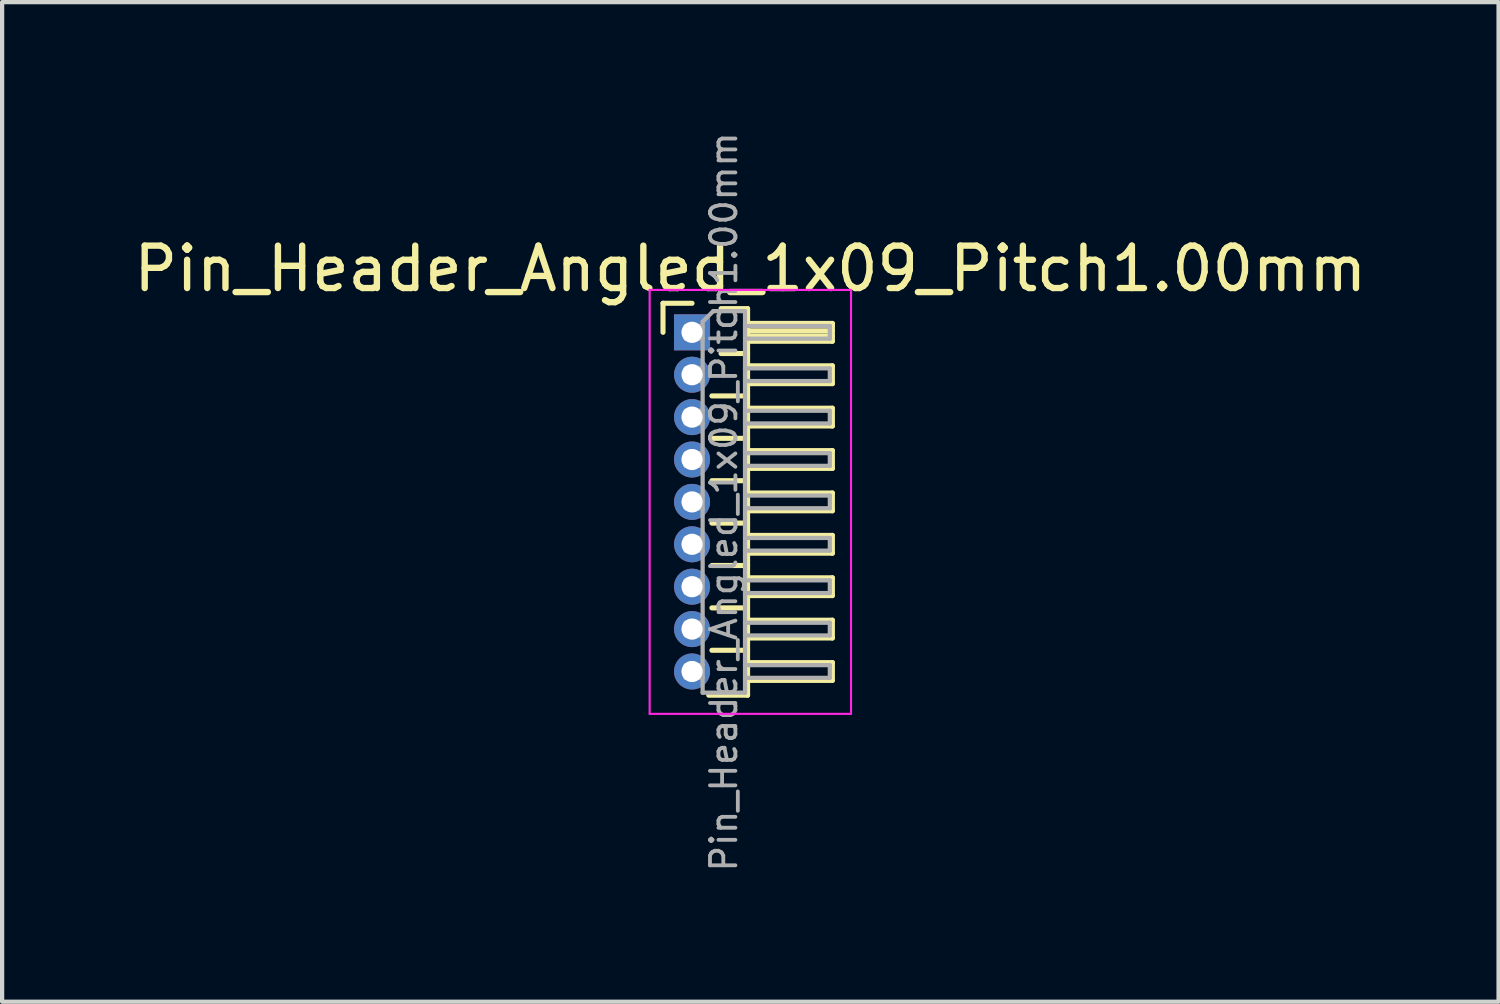
<source format=kicad_pcb>
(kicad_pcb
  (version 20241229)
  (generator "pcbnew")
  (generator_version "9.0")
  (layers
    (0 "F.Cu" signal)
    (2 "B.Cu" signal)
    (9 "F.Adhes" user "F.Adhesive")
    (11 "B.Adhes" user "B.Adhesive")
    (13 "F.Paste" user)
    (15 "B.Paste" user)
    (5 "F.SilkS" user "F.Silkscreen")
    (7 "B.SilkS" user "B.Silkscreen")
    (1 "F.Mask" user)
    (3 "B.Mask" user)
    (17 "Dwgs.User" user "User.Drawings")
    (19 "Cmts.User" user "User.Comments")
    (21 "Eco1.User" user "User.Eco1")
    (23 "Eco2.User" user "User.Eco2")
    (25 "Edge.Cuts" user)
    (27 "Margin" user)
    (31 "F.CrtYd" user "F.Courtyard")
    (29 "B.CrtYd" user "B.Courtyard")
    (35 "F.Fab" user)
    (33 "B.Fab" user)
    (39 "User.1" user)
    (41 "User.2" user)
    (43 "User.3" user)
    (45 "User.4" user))
  (footprint "Pin_Header_Angled_1x09_Pitch1.00mm"
    (layer "F.Cu")
    (at 13.274 4.789)
    (property "Reference" "Pin_Header_Angled_1x09_Pitch1.00mm" (at 1.375 -1.5 0) (layer "F.SilkS") (effects (font (size 1 1) (thickness 0.15))))
    (attr through_hole)
    (fp_line (start -0.685 -0.685) (end 0 -0.685) (stroke (width 0.12) (type solid)) (layer "F.SilkS"))
    (fp_line (start -0.685 0) (end -0.685 -0.685) (stroke (width 0.12) (type solid)) (layer "F.SilkS"))
    (fp_line (start 0.468 1.5) (end 1.31 1.5) (stroke (width 0.12) (type solid)) (layer "F.SilkS"))
    (fp_line (start 0.468 2.5) (end 1.31 2.5) (stroke (width 0.12) (type solid)) (layer "F.SilkS"))
    (fp_line (start 0.468 3.5) (end 1.31 3.5) (stroke (width 0.12) (type solid)) (layer "F.SilkS"))
    (fp_line (start 0.468 4.5) (end 1.31 4.5) (stroke (width 0.12) (type solid)) (layer "F.SilkS"))
    (fp_line (start 0.468 5.5) (end 1.31 5.5) (stroke (width 0.12) (type solid)) (layer "F.SilkS"))
    (fp_line (start 0.468 6.5) (end 1.31 6.5) (stroke (width 0.12) (type solid)) (layer "F.SilkS"))
    (fp_line (start 0.468 7.5) (end 1.31 7.5) (stroke (width 0.12) (type solid)) (layer "F.SilkS"))
    (fp_line (start 0.685 -0.56) (end 1.31 -0.56) (stroke (width 0.12) (type solid)) (layer "F.SilkS"))
    (fp_line (start 0.685 0.5) (end 1.31 0.5) (stroke (width 0.12) (type solid)) (layer "F.SilkS"))
    (fp_line (start 1.31 -0.56) (end 1.31 8.56) (stroke (width 0.12) (type solid)) (layer "F.SilkS"))
    (fp_line (start 1.31 -0.21) (end 3.31 -0.21) (stroke (width 0.12) (type solid)) (layer "F.SilkS"))
    (fp_line (start 1.31 -0.15) (end 3.31 -0.15) (stroke (width 0.12) (type solid)) (layer "F.SilkS"))
    (fp_line (start 1.31 -0.03) (end 3.31 -0.03) (stroke (width 0.12) (type solid)) (layer "F.SilkS"))
    (fp_line (start 1.31 0.09) (end 3.31 0.09) (stroke (width 0.12) (type solid)) (layer "F.SilkS"))
    (fp_line (start 1.31 0.79) (end 3.31 0.79) (stroke (width 0.12) (type solid)) (layer "F.SilkS"))
    (fp_line (start 1.31 1.79) (end 3.31 1.79) (stroke (width 0.12) (type solid)) (layer "F.SilkS"))
    (fp_line (start 1.31 2.79) (end 3.31 2.79) (stroke (width 0.12) (type solid)) (layer "F.SilkS"))
    (fp_line (start 1.31 3.79) (end 3.31 3.79) (stroke (width 0.12) (type solid)) (layer "F.SilkS"))
    (fp_line (start 1.31 4.79) (end 3.31 4.79) (stroke (width 0.12) (type solid)) (layer "F.SilkS"))
    (fp_line (start 1.31 5.79) (end 3.31 5.79) (stroke (width 0.12) (type solid)) (layer "F.SilkS"))
    (fp_line (start 1.31 6.79) (end 3.31 6.79) (stroke (width 0.12) (type solid)) (layer "F.SilkS"))
    (fp_line (start 1.31 7.79) (end 3.31 7.79) (stroke (width 0.12) (type solid)) (layer "F.SilkS"))
    (fp_line (start 1.31 8.56) (end 0.394 8.56) (stroke (width 0.12) (type solid)) (layer "F.SilkS"))
    (fp_line (start 3.31 -0.21) (end 3.31 0.21) (stroke (width 0.12) (type solid)) (layer "F.SilkS"))
    (fp_line (start 3.31 0.21) (end 1.31 0.21) (stroke (width 0.12) (type solid)) (layer "F.SilkS"))
    (fp_line (start 3.31 0.79) (end 3.31 1.21) (stroke (width 0.12) (type solid)) (layer "F.SilkS"))
    (fp_line (start 3.31 1.21) (end 1.31 1.21) (stroke (width 0.12) (type solid)) (layer "F.SilkS"))
    (fp_line (start 3.31 1.79) (end 3.31 2.21) (stroke (width 0.12) (type solid)) (layer "F.SilkS"))
    (fp_line (start 3.31 2.21) (end 1.31 2.21) (stroke (width 0.12) (type solid)) (layer "F.SilkS"))
    (fp_line (start 3.31 2.79) (end 3.31 3.21) (stroke (width 0.12) (type solid)) (layer "F.SilkS"))
    (fp_line (start 3.31 3.21) (end 1.31 3.21) (stroke (width 0.12) (type solid)) (layer "F.SilkS"))
    (fp_line (start 3.31 3.79) (end 3.31 4.21) (stroke (width 0.12) (type solid)) (layer "F.SilkS"))
    (fp_line (start 3.31 4.21) (end 1.31 4.21) (stroke (width 0.12) (type solid)) (layer "F.SilkS"))
    (fp_line (start 3.31 4.79) (end 3.31 5.21) (stroke (width 0.12) (type solid)) (layer "F.SilkS"))
    (fp_line (start 3.31 5.21) (end 1.31 5.21) (stroke (width 0.12) (type solid)) (layer "F.SilkS"))
    (fp_line (start 3.31 5.79) (end 3.31 6.21) (stroke (width 0.12) (type solid)) (layer "F.SilkS"))
    (fp_line (start 3.31 6.21) (end 1.31 6.21) (stroke (width 0.12) (type solid)) (layer "F.SilkS"))
    (fp_line (start 3.31 6.79) (end 3.31 7.21) (stroke (width 0.12) (type solid)) (layer "F.SilkS"))
    (fp_line (start 3.31 7.21) (end 1.31 7.21) (stroke (width 0.12) (type solid)) (layer "F.SilkS"))
    (fp_line (start 3.31 7.79) (end 3.31 8.21) (stroke (width 0.12) (type solid)) (layer "F.SilkS"))
    (fp_line (start 3.31 8.21) (end 1.31 8.21) (stroke (width 0.12) (type solid)) (layer "F.SilkS"))
    (fp_line (start -1 -1) (end -1 9) (stroke (width 0.05) (type solid)) (layer "F.CrtYd"))
    (fp_line (start -1 9) (end 3.75 9) (stroke (width 0.05) (type solid)) (layer "F.CrtYd"))
    (fp_line (start 3.75 -1) (end -1 -1) (stroke (width 0.05) (type solid)) (layer "F.CrtYd"))
    (fp_line (start 3.75 9) (end 3.75 -1) (stroke (width 0.05) (type solid)) (layer "F.CrtYd"))
    (fp_line (start -0.15 -0.15) (end -0.15 0.15) (stroke (width 0.1) (type solid)) (layer "F.Fab"))
    (fp_line (start -0.15 -0.15) (end 0.25 -0.15) (stroke (width 0.1) (type solid)) (layer "F.Fab"))
    (fp_line (start -0.15 0.15) (end 0.25 0.15) (stroke (width 0.1) (type solid)) (layer "F.Fab"))
    (fp_line (start -0.15 0.85) (end -0.15 1.15) (stroke (width 0.1) (type solid)) (layer "F.Fab"))
    (fp_line (start -0.15 0.85) (end 0.25 0.85) (stroke (width 0.1) (type solid)) (layer "F.Fab"))
    (fp_line (start -0.15 1.15) (end 0.25 1.15) (stroke (width 0.1) (type solid)) (layer "F.Fab"))
    (fp_line (start -0.15 1.85) (end -0.15 2.15) (stroke (width 0.1) (type solid)) (layer "F.Fab"))
    (fp_line (start -0.15 1.85) (end 0.25 1.85) (stroke (width 0.1) (type solid)) (layer "F.Fab"))
    (fp_line (start -0.15 2.15) (end 0.25 2.15) (stroke (width 0.1) (type solid)) (layer "F.Fab"))
    (fp_line (start -0.15 2.85) (end -0.15 3.15) (stroke (width 0.1) (type solid)) (layer "F.Fab"))
    (fp_line (start -0.15 2.85) (end 0.25 2.85) (stroke (width 0.1) (type solid)) (layer "F.Fab"))
    (fp_line (start -0.15 3.15) (end 0.25 3.15) (stroke (width 0.1) (type solid)) (layer "F.Fab"))
    (fp_line (start -0.15 3.85) (end -0.15 4.15) (stroke (width 0.1) (type solid)) (layer "F.Fab"))
    (fp_line (start -0.15 3.85) (end 0.25 3.85) (stroke (width 0.1) (type solid)) (layer "F.Fab"))
    (fp_line (start -0.15 4.15) (end 0.25 4.15) (stroke (width 0.1) (type solid)) (layer "F.Fab"))
    (fp_line (start -0.15 4.85) (end -0.15 5.15) (stroke (width 0.1) (type solid)) (layer "F.Fab"))
    (fp_line (start -0.15 4.85) (end 0.25 4.85) (stroke (width 0.1) (type solid)) (layer "F.Fab"))
    (fp_line (start -0.15 5.15) (end 0.25 5.15) (stroke (width 0.1) (type solid)) (layer "F.Fab"))
    (fp_line (start -0.15 5.85) (end -0.15 6.15) (stroke (width 0.1) (type solid)) (layer "F.Fab"))
    (fp_line (start -0.15 5.85) (end 0.25 5.85) (stroke (width 0.1) (type solid)) (layer "F.Fab"))
    (fp_line (start -0.15 6.15) (end 0.25 6.15) (stroke (width 0.1) (type solid)) (layer "F.Fab"))
    (fp_line (start -0.15 6.85) (end -0.15 7.15) (stroke (width 0.1) (type solid)) (layer "F.Fab"))
    (fp_line (start -0.15 6.85) (end 0.25 6.85) (stroke (width 0.1) (type solid)) (layer "F.Fab"))
    (fp_line (start -0.15 7.15) (end 0.25 7.15) (stroke (width 0.1) (type solid)) (layer "F.Fab"))
    (fp_line (start -0.15 7.85) (end -0.15 8.15) (stroke (width 0.1) (type solid)) (layer "F.Fab"))
    (fp_line (start -0.15 7.85) (end 0.25 7.85) (stroke (width 0.1) (type solid)) (layer "F.Fab"))
    (fp_line (start -0.15 8.15) (end 0.25 8.15) (stroke (width 0.1) (type solid)) (layer "F.Fab"))
    (fp_line (start 0.25 -0.25) (end 0.5 -0.5) (stroke (width 0.1) (type solid)) (layer "F.Fab"))
    (fp_line (start 0.25 8.5) (end 0.25 -0.25) (stroke (width 0.1) (type solid)) (layer "F.Fab"))
    (fp_line (start 0.5 -0.5) (end 1.25 -0.5) (stroke (width 0.1) (type solid)) (layer "F.Fab"))
    (fp_line (start 1.25 -0.5) (end 1.25 8.5) (stroke (width 0.1) (type solid)) (layer "F.Fab"))
    (fp_line (start 1.25 -0.15) (end 3.25 -0.15) (stroke (width 0.1) (type solid)) (layer "F.Fab"))
    (fp_line (start 1.25 0.15) (end 3.25 0.15) (stroke (width 0.1) (type solid)) (layer "F.Fab"))
    (fp_line (start 1.25 0.85) (end 3.25 0.85) (stroke (width 0.1) (type solid)) (layer "F.Fab"))
    (fp_line (start 1.25 1.15) (end 3.25 1.15) (stroke (width 0.1) (type solid)) (layer "F.Fab"))
    (fp_line (start 1.25 1.85) (end 3.25 1.85) (stroke (width 0.1) (type solid)) (layer "F.Fab"))
    (fp_line (start 1.25 2.15) (end 3.25 2.15) (stroke (width 0.1) (type solid)) (layer "F.Fab"))
    (fp_line (start 1.25 2.85) (end 3.25 2.85) (stroke (width 0.1) (type solid)) (layer "F.Fab"))
    (fp_line (start 1.25 3.15) (end 3.25 3.15) (stroke (width 0.1) (type solid)) (layer "F.Fab"))
    (fp_line (start 1.25 3.85) (end 3.25 3.85) (stroke (width 0.1) (type solid)) (layer "F.Fab"))
    (fp_line (start 1.25 4.15) (end 3.25 4.15) (stroke (width 0.1) (type solid)) (layer "F.Fab"))
    (fp_line (start 1.25 4.85) (end 3.25 4.85) (stroke (width 0.1) (type solid)) (layer "F.Fab"))
    (fp_line (start 1.25 5.15) (end 3.25 5.15) (stroke (width 0.1) (type solid)) (layer "F.Fab"))
    (fp_line (start 1.25 5.85) (end 3.25 5.85) (stroke (width 0.1) (type solid)) (layer "F.Fab"))
    (fp_line (start 1.25 6.15) (end 3.25 6.15) (stroke (width 0.1) (type solid)) (layer "F.Fab"))
    (fp_line (start 1.25 6.85) (end 3.25 6.85) (stroke (width 0.1) (type solid)) (layer "F.Fab"))
    (fp_line (start 1.25 7.15) (end 3.25 7.15) (stroke (width 0.1) (type solid)) (layer "F.Fab"))
    (fp_line (start 1.25 7.85) (end 3.25 7.85) (stroke (width 0.1) (type solid)) (layer "F.Fab"))
    (fp_line (start 1.25 8.15) (end 3.25 8.15) (stroke (width 0.1) (type solid)) (layer "F.Fab"))
    (fp_line (start 1.25 8.5) (end 0.25 8.5) (stroke (width 0.1) (type solid)) (layer "F.Fab"))
    (fp_line (start 3.25 -0.15) (end 3.25 0.15) (stroke (width 0.1) (type solid)) (layer "F.Fab"))
    (fp_line (start 3.25 0.85) (end 3.25 1.15) (stroke (width 0.1) (type solid)) (layer "F.Fab"))
    (fp_line (start 3.25 1.85) (end 3.25 2.15) (stroke (width 0.1) (type solid)) (layer "F.Fab"))
    (fp_line (start 3.25 2.85) (end 3.25 3.15) (stroke (width 0.1) (type solid)) (layer "F.Fab"))
    (fp_line (start 3.25 3.85) (end 3.25 4.15) (stroke (width 0.1) (type solid)) (layer "F.Fab"))
    (fp_line (start 3.25 4.85) (end 3.25 5.15) (stroke (width 0.1) (type solid)) (layer "F.Fab"))
    (fp_line (start 3.25 5.85) (end 3.25 6.15) (stroke (width 0.1) (type solid)) (layer "F.Fab"))
    (fp_line (start 3.25 6.85) (end 3.25 7.15) (stroke (width 0.1) (type solid)) (layer "F.Fab"))
    (fp_line (start 3.25 7.85) (end 3.25 8.15) (stroke (width 0.1) (type solid)) (layer "F.Fab"))
    (fp_text user "${REFERENCE}" (at 0.75 4 90) (layer "F.Fab") (effects (font (size 0.6 0.6) (thickness 0.09))))
    (pad "1" thru_hole rect (at 0 0) (size 0.85 0.85) (drill 0.5) (layers "*.Cu" "*.Mask"))
    (pad "2" thru_hole oval (at 0 1) (size 0.85 0.85) (drill 0.5) (layers "*.Cu" "*.Mask"))
    (pad "3" thru_hole oval (at 0 2) (size 0.85 0.85) (drill 0.5) (layers "*.Cu" "*.Mask"))
    (pad "4" thru_hole oval (at 0 3) (size 0.85 0.85) (drill 0.5) (layers "*.Cu" "*.Mask"))
    (pad "5" thru_hole oval (at 0 4) (size 0.85 0.85) (drill 0.5) (layers "*.Cu" "*.Mask"))
    (pad "6" thru_hole oval (at 0 5) (size 0.85 0.85) (drill 0.5) (layers "*.Cu" "*.Mask"))
    (pad "7" thru_hole oval (at 0 6) (size 0.85 0.85) (drill 0.5) (layers "*.Cu" "*.Mask"))
    (pad "8" thru_hole oval (at 0 7) (size 0.85 0.85) (drill 0.5) (layers "*.Cu" "*.Mask"))
    (pad "9" thru_hole oval (at 0 8) (size 0.85 0.85) (drill 0.5) (layers "*.Cu" "*.Mask")))
  (gr_rect
    (start -3 -3)
    (end 32.298 20.579)
    (stroke (width 0.1) (type default))
    (fill no)
    (layer "Edge.Cuts")))
</source>
